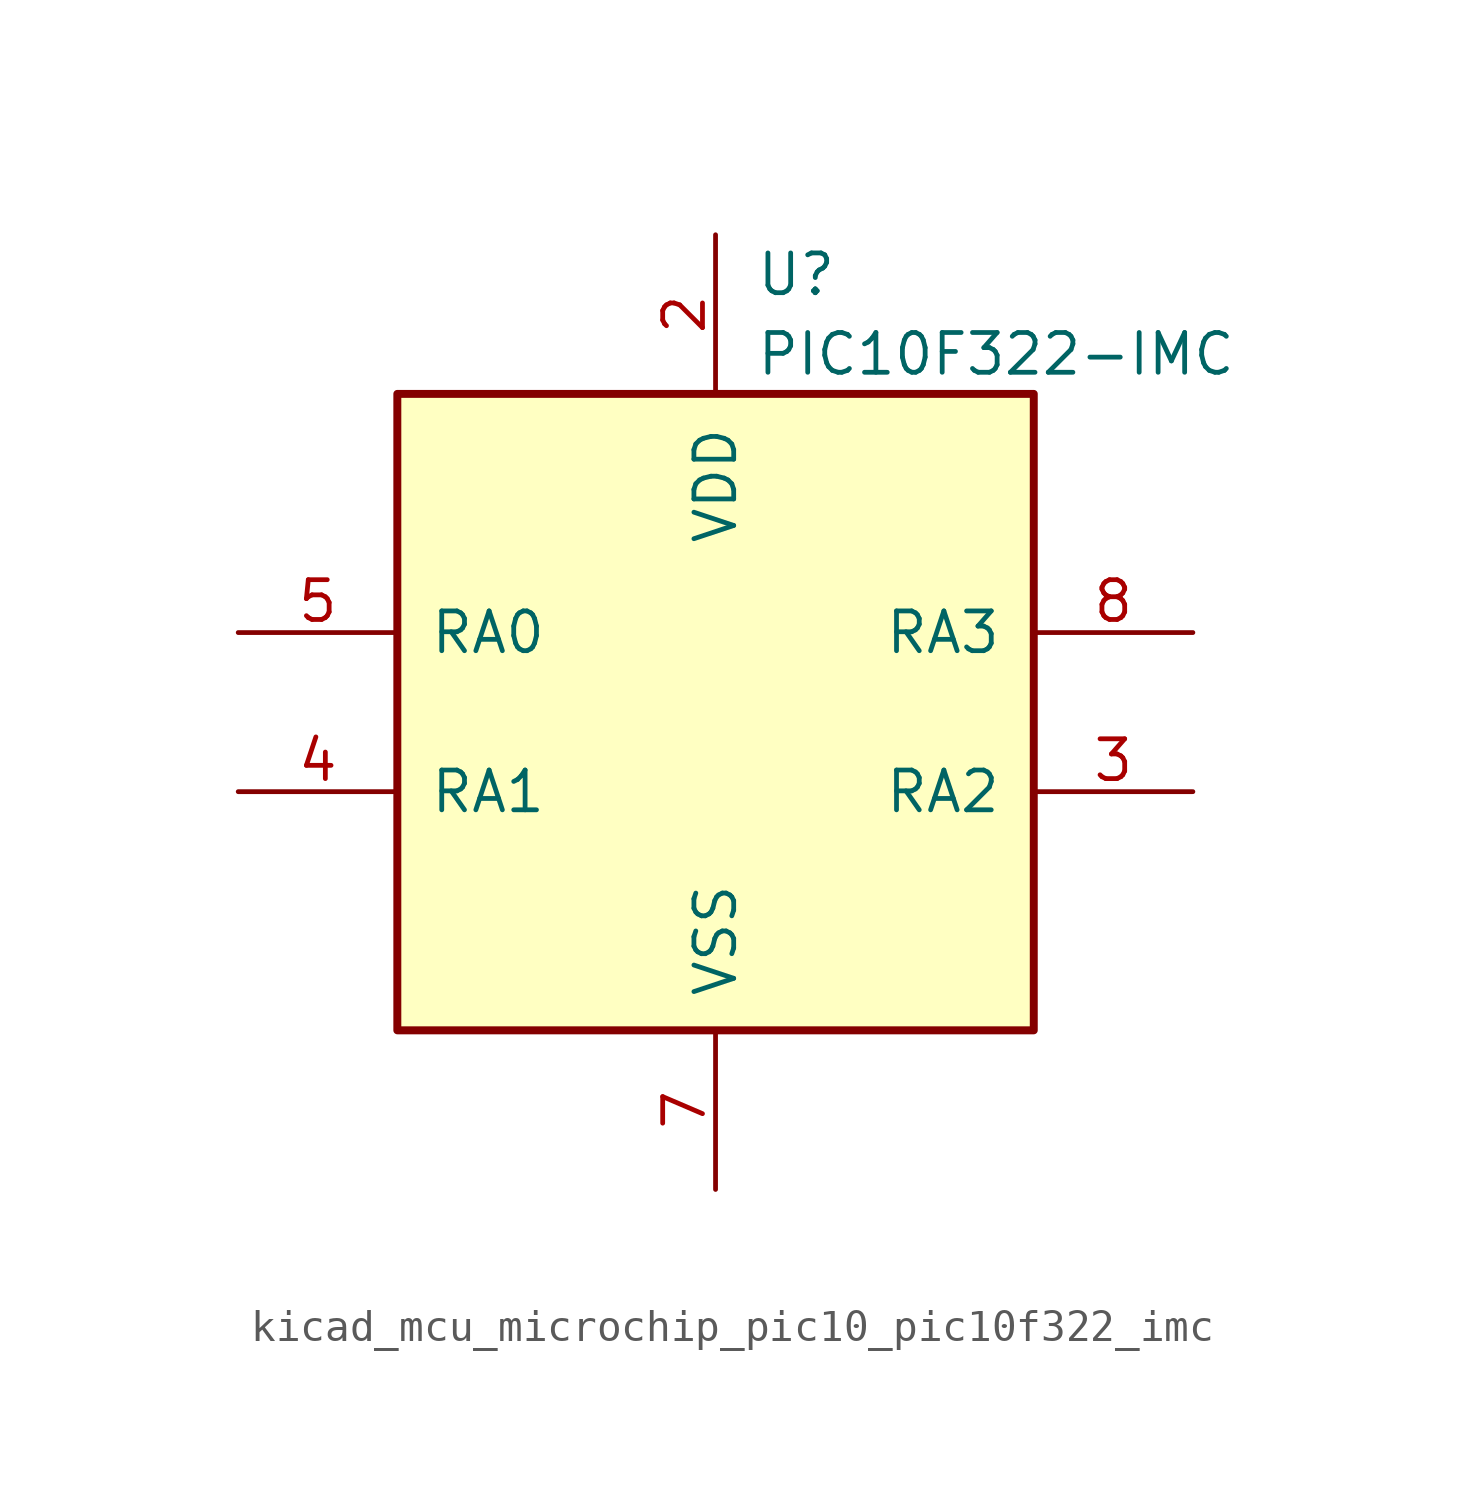
<source format=kicad_sym>
(kicad_symbol_lib
  (version 20220914)
  (generator kicad_symbol_editor)
  (symbol "kicad_mcu_microchip_pic10_pic10f322_imc"
    (pin_names
      (offset 1.016))
    (property "Reference" "U"
      (at 1.27 13.97 0)
      (effects (font (size 1.27 1.27)) (justify left)))
    (property "Value" "PIC10F322-IMC"
      (at 1.27 11.43 0)
      (effects (font (size 1.27 1.27)) (justify left)))
    (symbol "kicad_mcu_microchip_pic10_pic10f322_imc_0_1"
      (rectangle (start -10.16 10.16) (end 10.16 -10.16) (stroke (width 0.254) (type default)) (fill (type background))))
    (symbol "kicad_mcu_microchip_pic10_pic10f322_imc_1_1"
      (pin power_in line (at 0 15.24 270) (length 5.08) (name "VDD" (effects (font (size 1.27 1.27)))) (number "2" (effects (font (size 1.27 1.27)))))
      (pin bidirectional line (at 15.24 -2.54 180) (length 5.08) (name "RA2" (effects (font (size 1.27 1.27)))) (number "3" (effects (font (size 1.27 1.27)))))
      (pin bidirectional line (at -15.24 -2.54 0) (length 5.08) (name "RA1" (effects (font (size 1.27 1.27)))) (number "4" (effects (font (size 1.27 1.27)))))
      (pin bidirectional line (at -15.24 2.54 0) (length 5.08) (name "RA0" (effects (font (size 1.27 1.27)))) (number "5" (effects (font (size 1.27 1.27)))))
      (pin power_in line (at 0 -15.24 90) (length 5.08) (name "VSS" (effects (font (size 1.27 1.27)))) (number "7" (effects (font (size 1.27 1.27)))))
      (pin input line (at 15.24 2.54 180) (length 5.08) (name "RA3" (effects (font (size 1.27 1.27)))) (number "8" (effects (font (size 1.27 1.27))))))))
</source>
